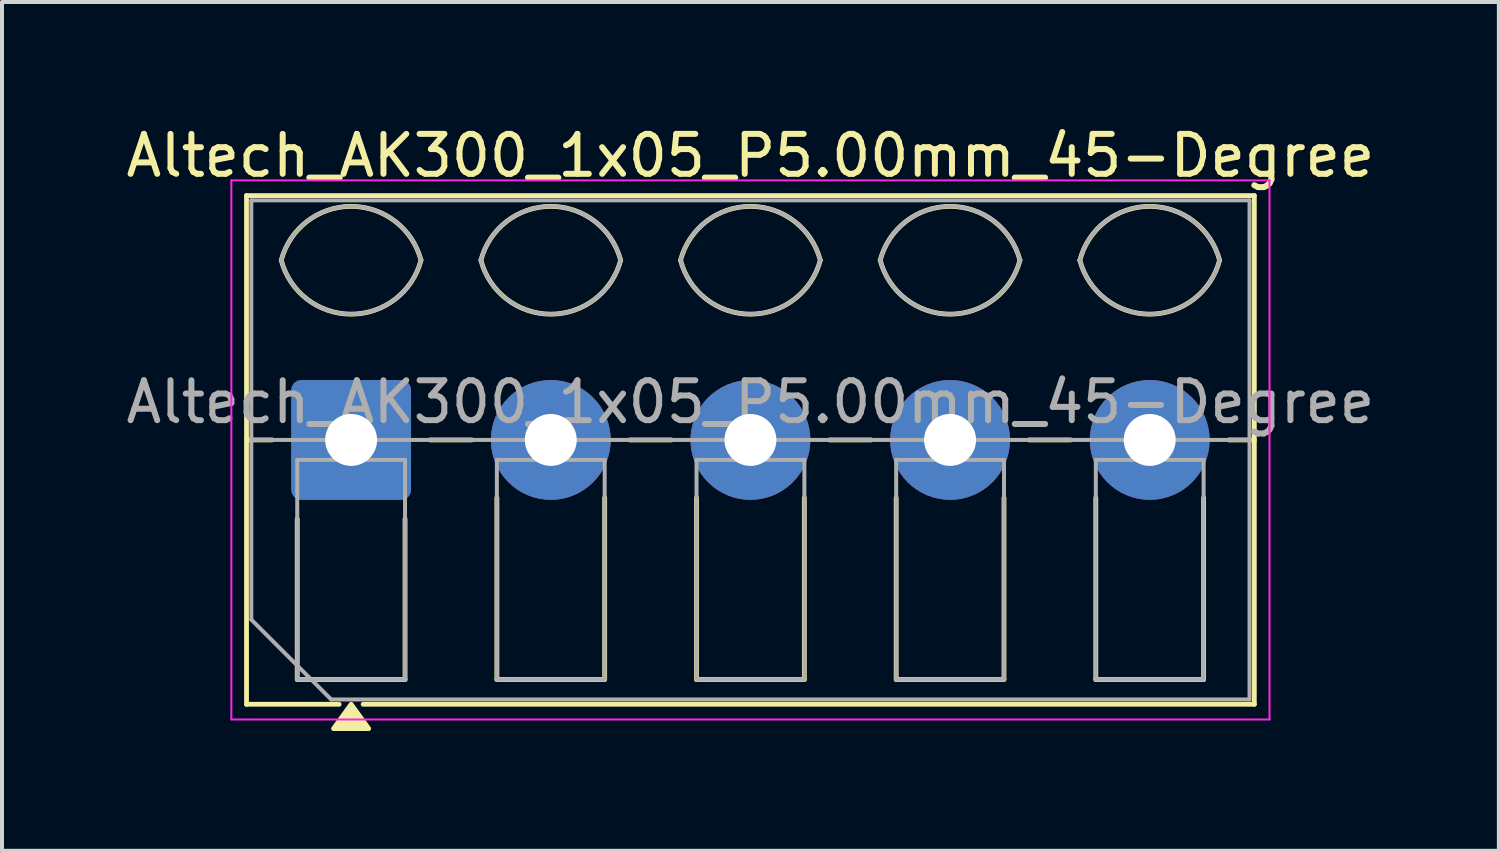
<source format=kicad_pcb>
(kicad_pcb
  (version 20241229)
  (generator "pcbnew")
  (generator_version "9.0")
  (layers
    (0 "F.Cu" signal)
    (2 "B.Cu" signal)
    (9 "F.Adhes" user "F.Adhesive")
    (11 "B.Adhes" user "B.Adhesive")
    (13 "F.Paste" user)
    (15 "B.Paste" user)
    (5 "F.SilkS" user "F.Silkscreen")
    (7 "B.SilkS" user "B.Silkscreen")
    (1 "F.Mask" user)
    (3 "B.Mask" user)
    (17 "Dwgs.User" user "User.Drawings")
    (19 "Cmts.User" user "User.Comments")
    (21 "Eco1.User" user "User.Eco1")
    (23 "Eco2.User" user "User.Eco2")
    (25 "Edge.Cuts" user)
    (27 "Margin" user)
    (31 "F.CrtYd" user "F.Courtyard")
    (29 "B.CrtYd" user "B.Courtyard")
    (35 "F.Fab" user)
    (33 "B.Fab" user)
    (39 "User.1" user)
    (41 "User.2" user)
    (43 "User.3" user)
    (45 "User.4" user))
  (footprint "Altech_AK300_1x05_P5.00mm_45-Degree"
    (layer "F.Cu")
    (at 5.744 7.968)
    (property "Reference" "Altech_AK300_1x05_P5.00mm_45-Degree" (at 10 -7.12 0) (layer "F.SilkS") (effects (font (size 1 1) (thickness 0.15))))
    (attr through_hole)
    (fp_line (start -2.62 -6.12) (end 22.62 -6.12) (stroke (width 0.12) (type solid)) (layer "F.SilkS"))
    (fp_line (start -2.62 0) (end -1.98 0) (stroke (width 0.12) (type solid)) (layer "F.SilkS"))
    (fp_line (start -2.62 6.62) (end -2.62 -6.12) (stroke (width 0.12) (type solid)) (layer "F.SilkS"))
    (fp_line (start -1.35 6) (end -1.35 1.98) (stroke (width 0.12) (type solid)) (layer "F.SilkS"))
    (fp_line (start -0.3 6.62) (end -2.62 6.62) (stroke (width 0.12) (type solid)) (layer "F.SilkS"))
    (fp_line (start 1.35 1.98) (end 1.35 6) (stroke (width 0.12) (type solid)) (layer "F.SilkS"))
    (fp_line (start 1.35 6) (end -1.35 6) (stroke (width 0.12) (type solid)) (layer "F.SilkS"))
    (fp_line (start 1.98 0) (end 3.02 0) (stroke (width 0.12) (type solid)) (layer "F.SilkS"))
    (fp_line (start 3.65 6) (end 3.65 1.448) (stroke (width 0.12) (type solid)) (layer "F.SilkS"))
    (fp_line (start 6.35 1.448) (end 6.35 6) (stroke (width 0.12) (type solid)) (layer "F.SilkS"))
    (fp_line (start 6.35 6) (end 3.65 6) (stroke (width 0.12) (type solid)) (layer "F.SilkS"))
    (fp_line (start 6.98 0) (end 8.02 0) (stroke (width 0.12) (type solid)) (layer "F.SilkS"))
    (fp_line (start 8.65 6) (end 8.65 1.448) (stroke (width 0.12) (type solid)) (layer "F.SilkS"))
    (fp_line (start 11.35 1.448) (end 11.35 6) (stroke (width 0.12) (type solid)) (layer "F.SilkS"))
    (fp_line (start 11.35 6) (end 8.65 6) (stroke (width 0.12) (type solid)) (layer "F.SilkS"))
    (fp_line (start 11.98 0) (end 13.02 0) (stroke (width 0.12) (type solid)) (layer "F.SilkS"))
    (fp_line (start 13.65 6) (end 13.65 1.448) (stroke (width 0.12) (type solid)) (layer "F.SilkS"))
    (fp_line (start 16.35 1.448) (end 16.35 6) (stroke (width 0.12) (type solid)) (layer "F.SilkS"))
    (fp_line (start 16.35 6) (end 13.65 6) (stroke (width 0.12) (type solid)) (layer "F.SilkS"))
    (fp_line (start 16.98 0) (end 18.02 0) (stroke (width 0.12) (type solid)) (layer "F.SilkS"))
    (fp_line (start 18.65 6) (end 18.65 1.448) (stroke (width 0.12) (type solid)) (layer "F.SilkS"))
    (fp_line (start 21.35 1.448) (end 21.35 6) (stroke (width 0.12) (type solid)) (layer "F.SilkS"))
    (fp_line (start 21.35 6) (end 18.65 6) (stroke (width 0.12) (type solid)) (layer "F.SilkS"))
    (fp_line (start 21.98 0) (end 22.62 0) (stroke (width 0.12) (type solid)) (layer "F.SilkS"))
    (fp_line (start 22.62 -6.12) (end 22.62 6.62) (stroke (width 0.12) (type solid)) (layer "F.SilkS"))
    (fp_line (start 22.62 6.62) (end 0.3 6.62) (stroke (width 0.12) (type solid)) (layer "F.SilkS"))
    (fp_arc (start -1.75 -4.5) (mid 0 -5.85) (end 1.75 -4.5) (stroke (width 0.12) (type solid)) (layer "F.SilkS"))
    (fp_arc (start 1.75 -4.5) (mid 0 -3.15) (end -1.75 -4.5) (stroke (width 0.12) (type solid)) (layer "F.SilkS"))
    (fp_arc (start 3.25 -4.5) (mid 5 -5.85) (end 6.75 -4.5) (stroke (width 0.12) (type solid)) (layer "F.SilkS"))
    (fp_arc (start 6.75 -4.5) (mid 5 -3.15) (end 3.25 -4.5) (stroke (width 0.12) (type solid)) (layer "F.SilkS"))
    (fp_arc (start 8.25 -4.5) (mid 10 -5.85) (end 11.75 -4.5) (stroke (width 0.12) (type solid)) (layer "F.SilkS"))
    (fp_arc (start 11.75 -4.5) (mid 10 -3.15) (end 8.25 -4.5) (stroke (width 0.12) (type solid)) (layer "F.SilkS"))
    (fp_arc (start 13.25 -4.5) (mid 15 -5.85) (end 16.75 -4.5) (stroke (width 0.12) (type solid)) (layer "F.SilkS"))
    (fp_arc (start 16.75 -4.5) (mid 15 -3.15) (end 13.25 -4.5) (stroke (width 0.12) (type solid)) (layer "F.SilkS"))
    (fp_arc (start 18.25 -4.5) (mid 20 -5.85) (end 21.75 -4.5) (stroke (width 0.12) (type solid)) (layer "F.SilkS"))
    (fp_arc (start 21.75 -4.5) (mid 20 -3.15) (end 18.25 -4.5) (stroke (width 0.12) (type solid)) (layer "F.SilkS"))
    (fp_poly (pts (xy 0 6.62) (xy 0.44 7.23) (xy -0.44 7.23)) (stroke (width 0.12) (type solid)) (fill yes) (layer "F.SilkS"))
    (fp_line (start -3 -6.5) (end -3 7) (stroke (width 0.05) (type solid)) (layer "F.CrtYd"))
    (fp_line (start -3 7) (end 23 7) (stroke (width 0.05) (type solid)) (layer "F.CrtYd"))
    (fp_line (start 23 -6.5) (end -3 -6.5) (stroke (width 0.05) (type solid)) (layer "F.CrtYd"))
    (fp_line (start 23 7) (end 23 -6.5) (stroke (width 0.05) (type solid)) (layer "F.CrtYd"))
    (fp_line (start -2.5 -6) (end 22.5 -6) (stroke (width 0.1) (type solid)) (layer "F.Fab"))
    (fp_line (start -2.5 0) (end 22.5 0) (stroke (width 0.1) (type solid)) (layer "F.Fab"))
    (fp_line (start -2.5 4.5) (end -2.5 -6) (stroke (width 0.1) (type solid)) (layer "F.Fab"))
    (fp_line (start -1.35 0.5) (end -1.35 6) (stroke (width 0.1) (type solid)) (layer "F.Fab"))
    (fp_line (start -1.35 6) (end 1.35 6) (stroke (width 0.1) (type solid)) (layer "F.Fab"))
    (fp_line (start -0.5 6.5) (end -2.5 4.5) (stroke (width 0.1) (type solid)) (layer "F.Fab"))
    (fp_line (start 1.35 0.5) (end -1.35 0.5) (stroke (width 0.1) (type solid)) (layer "F.Fab"))
    (fp_line (start 1.35 6) (end 1.35 0.5) (stroke (width 0.1) (type solid)) (layer "F.Fab"))
    (fp_line (start 3.65 0.5) (end 3.65 6) (stroke (width 0.1) (type solid)) (layer "F.Fab"))
    (fp_line (start 3.65 6) (end 6.35 6) (stroke (width 0.1) (type solid)) (layer "F.Fab"))
    (fp_line (start 6.35 0.5) (end 3.65 0.5) (stroke (width 0.1) (type solid)) (layer "F.Fab"))
    (fp_line (start 6.35 6) (end 6.35 0.5) (stroke (width 0.1) (type solid)) (layer "F.Fab"))
    (fp_line (start 8.65 0.5) (end 8.65 6) (stroke (width 0.1) (type solid)) (layer "F.Fab"))
    (fp_line (start 8.65 6) (end 11.351 6) (stroke (width 0.1) (type solid)) (layer "F.Fab"))
    (fp_line (start 11.351 0.5) (end 8.65 0.5) (stroke (width 0.1) (type solid)) (layer "F.Fab"))
    (fp_line (start 11.351 6) (end 11.351 0.5) (stroke (width 0.1) (type solid)) (layer "F.Fab"))
    (fp_line (start 13.65 0.5) (end 13.65 6) (stroke (width 0.1) (type solid)) (layer "F.Fab"))
    (fp_line (start 13.65 6) (end 16.351 6) (stroke (width 0.1) (type solid)) (layer "F.Fab"))
    (fp_line (start 16.351 0.5) (end 13.65 0.5) (stroke (width 0.1) (type solid)) (layer "F.Fab"))
    (fp_line (start 16.351 6) (end 16.351 0.5) (stroke (width 0.1) (type solid)) (layer "F.Fab"))
    (fp_line (start 18.65 0.5) (end 18.65 6) (stroke (width 0.1) (type solid)) (layer "F.Fab"))
    (fp_line (start 18.65 6) (end 21.35 6) (stroke (width 0.1) (type solid)) (layer "F.Fab"))
    (fp_line (start 21.35 0.5) (end 18.65 0.5) (stroke (width 0.1) (type solid)) (layer "F.Fab"))
    (fp_line (start 21.35 6) (end 21.35 0.5) (stroke (width 0.1) (type solid)) (layer "F.Fab"))
    (fp_line (start 22.5 -6) (end 22.5 6.5) (stroke (width 0.1) (type solid)) (layer "F.Fab"))
    (fp_line (start 22.5 6.5) (end -0.5 6.5) (stroke (width 0.1) (type solid)) (layer "F.Fab"))
    (fp_arc (start -1.75 -4.5) (mid 0 -5.85) (end 1.75 -4.5) (stroke (width 0.1) (type solid)) (layer "F.Fab"))
    (fp_arc (start 1.75 -4.5) (mid 0 -3.15) (end -1.75 -4.5) (stroke (width 0.1) (type solid)) (layer "F.Fab"))
    (fp_arc (start 3.25 -4.5) (mid 5 -5.85) (end 6.75 -4.5) (stroke (width 0.1) (type solid)) (layer "F.Fab"))
    (fp_arc (start 6.75 -4.5) (mid 5 -3.15) (end 3.25 -4.5) (stroke (width 0.1) (type solid)) (layer "F.Fab"))
    (fp_arc (start 8.25 -4.5) (mid 10 -5.85) (end 11.75 -4.5) (stroke (width 0.1) (type solid)) (layer "F.Fab"))
    (fp_arc (start 11.75 -4.5) (mid 10 -3.15) (end 8.25 -4.5) (stroke (width 0.1) (type solid)) (layer "F.Fab"))
    (fp_arc (start 13.25 -4.5) (mid 15 -5.85) (end 16.75 -4.5) (stroke (width 0.1) (type solid)) (layer "F.Fab"))
    (fp_arc (start 16.75 -4.5) (mid 15 -3.15) (end 13.25 -4.5) (stroke (width 0.1) (type solid)) (layer "F.Fab"))
    (fp_arc (start 18.25 -4.5) (mid 20 -5.85) (end 21.75 -4.5) (stroke (width 0.1) (type solid)) (layer "F.Fab"))
    (fp_arc (start 21.75 -4.5) (mid 20 -3.15) (end 18.25 -4.5) (stroke (width 0.1) (type solid)) (layer "F.Fab"))
    (fp_text user "${REFERENCE}" (at 10 -0.95 0) (layer "F.Fab") (effects (font (size 1 1) (thickness 0.15))))
    (pad "1" thru_hole roundrect (at 0 0) (size 3 3) (drill 1.3) (layers "*.Cu" "*.Mask") (roundrect_rratio 0.083))
    (pad "2" thru_hole circle (at 5 0) (size 3 3) (drill 1.3) (layers "*.Cu" "*.Mask"))
    (pad "3" thru_hole circle (at 10 0) (size 3 3) (drill 1.3) (layers "*.Cu" "*.Mask"))
    (pad "4" thru_hole circle (at 15 0) (size 3 3) (drill 1.3) (layers "*.Cu" "*.Mask"))
    (pad "5" thru_hole circle (at 20 0) (size 3 3) (drill 1.3) (layers "*.Cu" "*.Mask")))
  (gr_rect
    (start -3 -3)
    (end 34.488 18.258)
    (stroke (width 0.1) (type default))
    (fill no)
    (layer "Edge.Cuts")))
</source>
